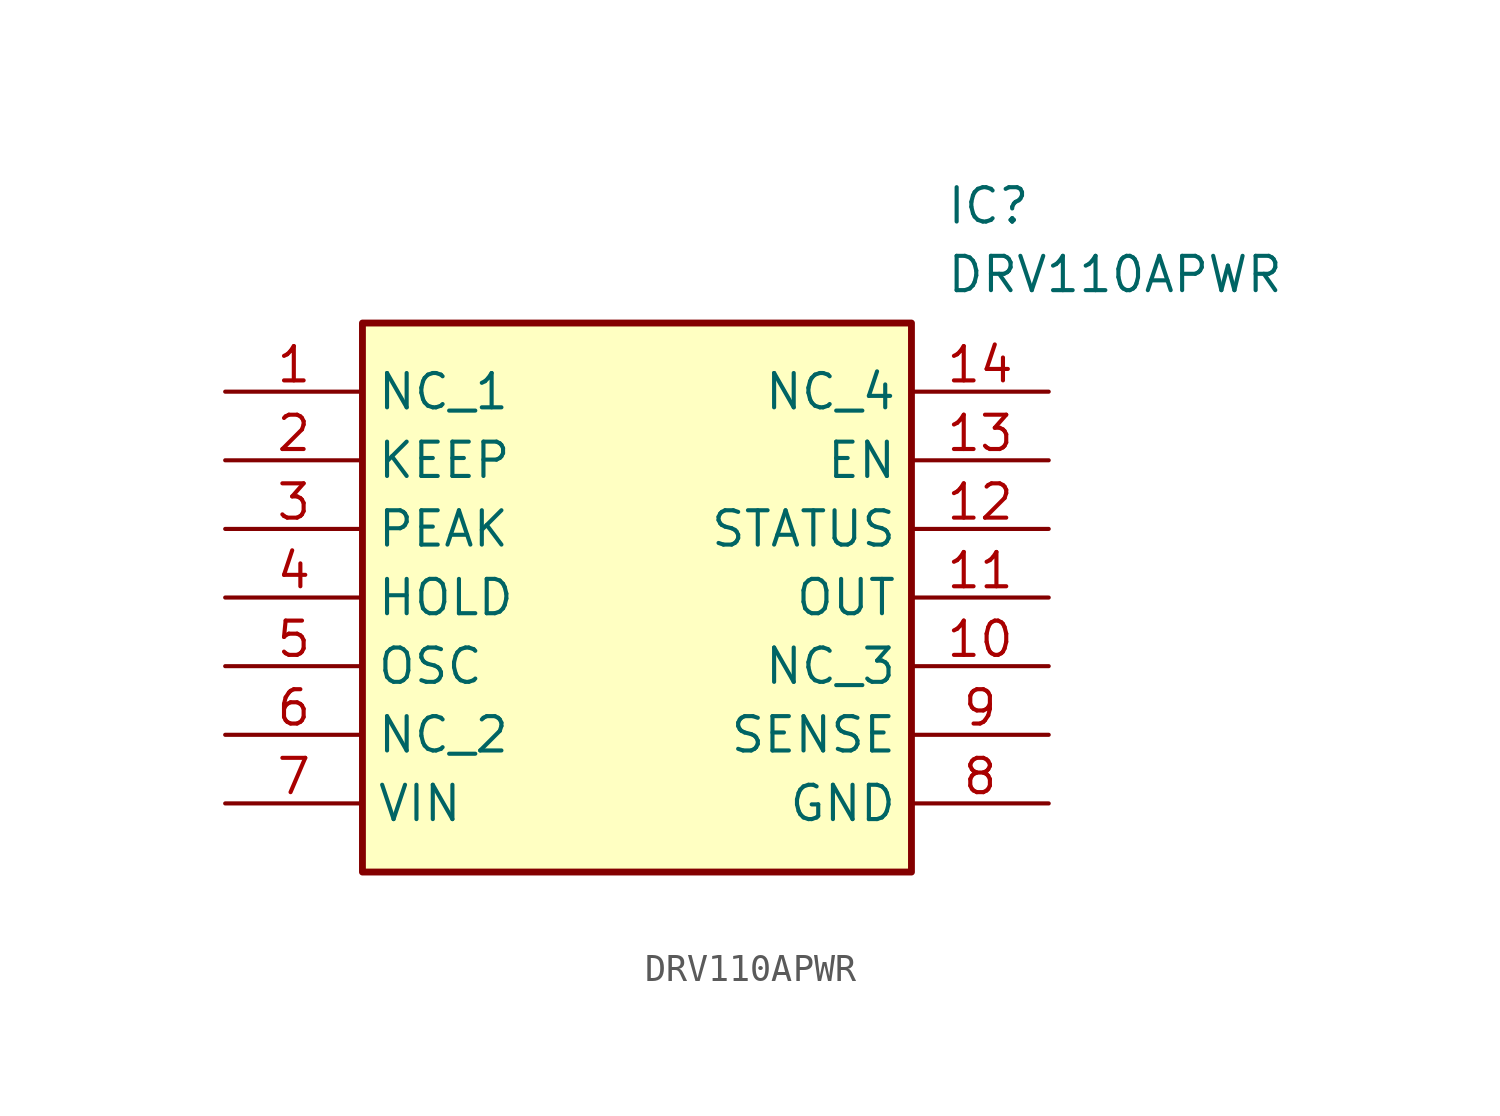
<source format=kicad_sym>
(kicad_symbol_lib
  (version 20211014)
  (generator kicad_symbol_editor)
  (symbol "DRV110APWR"
    (property "Reference" "IC"
      (at 26.67 7.62 0)
      (effects (font (size 1.27 1.27)) (justify left top)))
    (property "Value" "DRV110APWR"
      (at 26.67 5.08 0)
      (effects (font (size 1.27 1.27)) (justify left top)))
    (rectangle
      (start 5.08 2.54)
      (end 25.4 -17.78)
      (stroke (width 0.254) (type default))
      (fill (type background)))
    (pin passive line
      (at 0 0 0)
      (length 5.08)
      (name "NC_1" (effects (font (size 1.27 1.27))))
      (number "1" (effects (font (size 1.27 1.27)))))
    (pin passive line
      (at 0 -2.54 0)
      (length 5.08)
      (name "KEEP" (effects (font (size 1.27 1.27))))
      (number "2" (effects (font (size 1.27 1.27)))))
    (pin passive line
      (at 0 -5.08 0)
      (length 5.08)
      (name "PEAK" (effects (font (size 1.27 1.27))))
      (number "3" (effects (font (size 1.27 1.27)))))
    (pin passive line
      (at 0 -7.62 0)
      (length 5.08)
      (name "HOLD" (effects (font (size 1.27 1.27))))
      (number "4" (effects (font (size 1.27 1.27)))))
    (pin passive line
      (at 0 -10.16 0)
      (length 5.08)
      (name "OSC" (effects (font (size 1.27 1.27))))
      (number "5" (effects (font (size 1.27 1.27)))))
    (pin passive line
      (at 0 -12.7 0)
      (length 5.08)
      (name "NC_2" (effects (font (size 1.27 1.27))))
      (number "6" (effects (font (size 1.27 1.27)))))
    (pin passive line
      (at 0 -15.24 0)
      (length 5.08)
      (name "VIN" (effects (font (size 1.27 1.27))))
      (number "7" (effects (font (size 1.27 1.27)))))
    (pin passive line
      (at 30.48 0 180)
      (length 5.08)
      (name "NC_4" (effects (font (size 1.27 1.27))))
      (number "14" (effects (font (size 1.27 1.27)))))
    (pin passive line
      (at 30.48 -2.54 180)
      (length 5.08)
      (name "EN" (effects (font (size 1.27 1.27))))
      (number "13" (effects (font (size 1.27 1.27)))))
    (pin passive line
      (at 30.48 -5.08 180)
      (length 5.08)
      (name "STATUS" (effects (font (size 1.27 1.27))))
      (number "12" (effects (font (size 1.27 1.27)))))
    (pin passive line
      (at 30.48 -7.62 180)
      (length 5.08)
      (name "OUT" (effects (font (size 1.27 1.27))))
      (number "11" (effects (font (size 1.27 1.27)))))
    (pin passive line
      (at 30.48 -10.16 180)
      (length 5.08)
      (name "NC_3" (effects (font (size 1.27 1.27))))
      (number "10" (effects (font (size 1.27 1.27)))))
    (pin passive line
      (at 30.48 -12.7 180)
      (length 5.08)
      (name "SENSE" (effects (font (size 1.27 1.27))))
      (number "9" (effects (font (size 1.27 1.27)))))
    (pin passive line
      (at 30.48 -15.24 180)
      (length 5.08)
      (name "GND" (effects (font (size 1.27 1.27))))
      (number "8" (effects (font (size 1.27 1.27)))))))
</source>
